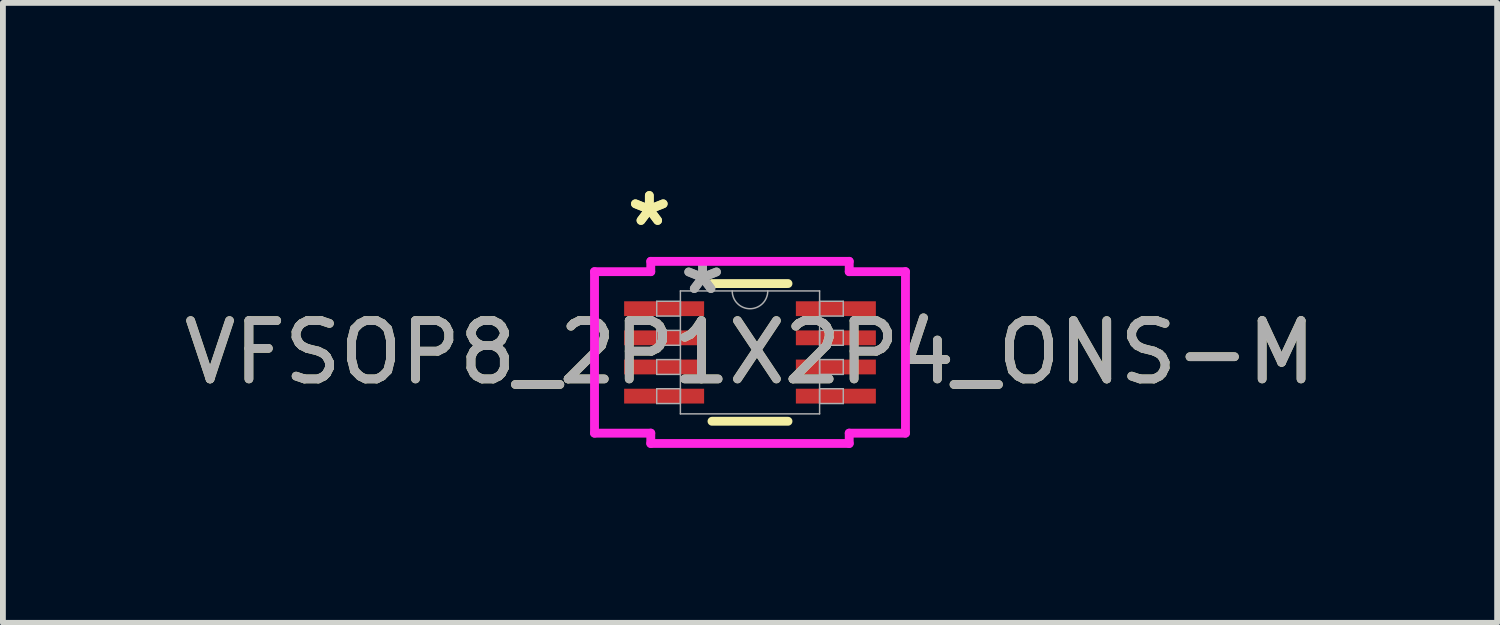
<source format=kicad_pcb>
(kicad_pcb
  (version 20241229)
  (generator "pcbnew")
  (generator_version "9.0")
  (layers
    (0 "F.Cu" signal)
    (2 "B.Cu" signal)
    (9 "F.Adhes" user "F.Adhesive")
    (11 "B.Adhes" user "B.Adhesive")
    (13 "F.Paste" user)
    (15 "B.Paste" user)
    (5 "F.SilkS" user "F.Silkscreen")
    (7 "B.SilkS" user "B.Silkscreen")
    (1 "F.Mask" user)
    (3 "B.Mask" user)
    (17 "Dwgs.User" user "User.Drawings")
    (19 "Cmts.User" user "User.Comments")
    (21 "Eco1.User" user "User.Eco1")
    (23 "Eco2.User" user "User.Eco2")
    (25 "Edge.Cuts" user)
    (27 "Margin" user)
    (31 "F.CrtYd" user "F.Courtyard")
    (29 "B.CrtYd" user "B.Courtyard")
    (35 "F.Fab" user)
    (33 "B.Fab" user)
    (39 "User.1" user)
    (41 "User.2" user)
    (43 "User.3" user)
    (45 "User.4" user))
  (footprint "VFSOP8_2P1X2P4_ONS-M"
    (layer "F.Cu")
    (at 9.815 2.995)
    (property "Reference" "VFSOP8_2P1X2P4_ONS-M" (at 0 0 0) (unlocked yes) (layer "F.SilkS") (effects (font (size 1 1) (thickness 0.15))))
    (attr smd)
    (fp_line (start -0.652 1.181) (end 0.652 1.181) (stroke (width 0.152) (type solid)) (layer "F.SilkS"))
    (fp_line (start 0.652 -1.181) (end -0.652 -1.181) (stroke (width 0.152) (type solid)) (layer "F.SilkS"))
    (fp_line (start -2.667 -1.385) (end -1.702 -1.385) (stroke (width 0.152) (type solid)) (layer "F.CrtYd"))
    (fp_line (start -2.667 1.385) (end -2.667 -1.385) (stroke (width 0.152) (type solid)) (layer "F.CrtYd"))
    (fp_line (start -2.667 1.385) (end -1.702 1.385) (stroke (width 0.152) (type solid)) (layer "F.CrtYd"))
    (fp_line (start -1.702 -1.562) (end 1.702 -1.562) (stroke (width 0.152) (type solid)) (layer "F.CrtYd"))
    (fp_line (start -1.702 -1.385) (end -1.702 -1.562) (stroke (width 0.152) (type solid)) (layer "F.CrtYd"))
    (fp_line (start -1.702 1.562) (end -1.702 1.385) (stroke (width 0.152) (type solid)) (layer "F.CrtYd"))
    (fp_line (start 1.702 -1.562) (end 1.702 -1.385) (stroke (width 0.152) (type solid)) (layer "F.CrtYd"))
    (fp_line (start 1.702 1.385) (end 1.702 1.562) (stroke (width 0.152) (type solid)) (layer "F.CrtYd"))
    (fp_line (start 1.702 1.562) (end -1.702 1.562) (stroke (width 0.152) (type solid)) (layer "F.CrtYd"))
    (fp_line (start 2.667 -1.385) (end 1.702 -1.385) (stroke (width 0.152) (type solid)) (layer "F.CrtYd"))
    (fp_line (start 2.667 -1.385) (end 2.667 1.385) (stroke (width 0.152) (type solid)) (layer "F.CrtYd"))
    (fp_line (start 2.667 1.385) (end 1.702 1.385) (stroke (width 0.152) (type solid)) (layer "F.CrtYd"))
    (fp_line (start -1.6 -0.877) (end -1.6 -0.623) (stroke (width 0.025) (type solid)) (layer "F.Fab"))
    (fp_line (start -1.6 -0.623) (end -1.194 -0.623) (stroke (width 0.025) (type solid)) (layer "F.Fab"))
    (fp_line (start -1.6 -0.377) (end -1.6 -0.123) (stroke (width 0.025) (type solid)) (layer "F.Fab"))
    (fp_line (start -1.6 -0.123) (end -1.194 -0.123) (stroke (width 0.025) (type solid)) (layer "F.Fab"))
    (fp_line (start -1.6 0.123) (end -1.6 0.377) (stroke (width 0.025) (type solid)) (layer "F.Fab"))
    (fp_line (start -1.6 0.377) (end -1.194 0.377) (stroke (width 0.025) (type solid)) (layer "F.Fab"))
    (fp_line (start -1.6 0.623) (end -1.6 0.877) (stroke (width 0.025) (type solid)) (layer "F.Fab"))
    (fp_line (start -1.6 0.877) (end -1.194 0.877) (stroke (width 0.025) (type solid)) (layer "F.Fab"))
    (fp_line (start -1.194 -1.054) (end -1.194 1.054) (stroke (width 0.025) (type solid)) (layer "F.Fab"))
    (fp_line (start -1.194 -0.877) (end -1.6 -0.877) (stroke (width 0.025) (type solid)) (layer "F.Fab"))
    (fp_line (start -1.194 -0.623) (end -1.194 -0.877) (stroke (width 0.025) (type solid)) (layer "F.Fab"))
    (fp_line (start -1.194 -0.377) (end -1.6 -0.377) (stroke (width 0.025) (type solid)) (layer "F.Fab"))
    (fp_line (start -1.194 -0.123) (end -1.194 -0.377) (stroke (width 0.025) (type solid)) (layer "F.Fab"))
    (fp_line (start -1.194 0.123) (end -1.6 0.123) (stroke (width 0.025) (type solid)) (layer "F.Fab"))
    (fp_line (start -1.194 0.377) (end -1.194 0.123) (stroke (width 0.025) (type solid)) (layer "F.Fab"))
    (fp_line (start -1.194 0.623) (end -1.6 0.623) (stroke (width 0.025) (type solid)) (layer "F.Fab"))
    (fp_line (start -1.194 0.877) (end -1.194 0.623) (stroke (width 0.025) (type solid)) (layer "F.Fab"))
    (fp_line (start -1.194 1.054) (end 1.194 1.054) (stroke (width 0.025) (type solid)) (layer "F.Fab"))
    (fp_line (start 1.194 -1.054) (end -1.194 -1.054) (stroke (width 0.025) (type solid)) (layer "F.Fab"))
    (fp_line (start 1.194 -0.877) (end 1.194 -0.623) (stroke (width 0.025) (type solid)) (layer "F.Fab"))
    (fp_line (start 1.194 -0.623) (end 1.6 -0.623) (stroke (width 0.025) (type solid)) (layer "F.Fab"))
    (fp_line (start 1.194 -0.377) (end 1.194 -0.123) (stroke (width 0.025) (type solid)) (layer "F.Fab"))
    (fp_line (start 1.194 -0.123) (end 1.6 -0.123) (stroke (width 0.025) (type solid)) (layer "F.Fab"))
    (fp_line (start 1.194 0.123) (end 1.194 0.377) (stroke (width 0.025) (type solid)) (layer "F.Fab"))
    (fp_line (start 1.194 0.377) (end 1.6 0.377) (stroke (width 0.025) (type solid)) (layer "F.Fab"))
    (fp_line (start 1.194 0.623) (end 1.194 0.877) (stroke (width 0.025) (type solid)) (layer "F.Fab"))
    (fp_line (start 1.194 0.877) (end 1.6 0.877) (stroke (width 0.025) (type solid)) (layer "F.Fab"))
    (fp_line (start 1.194 1.054) (end 1.194 -1.054) (stroke (width 0.025) (type solid)) (layer "F.Fab"))
    (fp_line (start 1.6 -0.877) (end 1.194 -0.877) (stroke (width 0.025) (type solid)) (layer "F.Fab"))
    (fp_line (start 1.6 -0.623) (end 1.6 -0.877) (stroke (width 0.025) (type solid)) (layer "F.Fab"))
    (fp_line (start 1.6 -0.377) (end 1.194 -0.377) (stroke (width 0.025) (type solid)) (layer "F.Fab"))
    (fp_line (start 1.6 -0.123) (end 1.6 -0.377) (stroke (width 0.025) (type solid)) (layer "F.Fab"))
    (fp_line (start 1.6 0.123) (end 1.194 0.123) (stroke (width 0.025) (type solid)) (layer "F.Fab"))
    (fp_line (start 1.6 0.377) (end 1.6 0.123) (stroke (width 0.025) (type solid)) (layer "F.Fab"))
    (fp_line (start 1.6 0.623) (end 1.194 0.623) (stroke (width 0.025) (type solid)) (layer "F.Fab"))
    (fp_line (start 1.6 0.877) (end 1.6 0.623) (stroke (width 0.025) (type solid)) (layer "F.Fab"))
    (fp_arc (start 0.3048 -1.0541) (mid 0 -0.7493) (end -0.3048 -1.0541) (stroke (width 0.0254) (type solid)) (layer "F.Fab"))
    (fp_text user "*" (at -1.727 -2.147 0) (unlocked yes) (layer "F.SilkS") (effects (font (size 1 1) (thickness 0.15))))
    (fp_text user "*" (at -1.727 -2.147 0) (layer "F.SilkS") (effects (font (size 1 1) (thickness 0.15))))
    (fp_text user "${REFERENCE}" (at 0 0 0) (unlocked yes) (layer "F.Fab") (effects (font (size 1 1) (thickness 0.15))))
    (fp_text user "*" (at -0.813 -0.978 0) (unlocked yes) (layer "F.Fab") (effects (font (size 1 1) (thickness 0.15))))
    (fp_text user "*" (at -0.813 -0.978 0) (layer "F.Fab") (effects (font (size 1 1) (thickness 0.15))))
    (pad "1" smd rect (at -1.473 -0.75) (size 1.372 0.254) (layers "F.Cu" "F.Mask" "F.Paste"))
    (pad "2" smd rect (at -1.473 -0.25) (size 1.372 0.254) (layers "F.Cu" "F.Mask" "F.Paste"))
    (pad "3" smd rect (at -1.473 0.25) (size 1.372 0.254) (layers "F.Cu" "F.Mask" "F.Paste"))
    (pad "4" smd rect (at -1.473 0.75) (size 1.372 0.254) (layers "F.Cu" "F.Mask" "F.Paste"))
    (pad "5" smd rect (at 1.473 0.75) (size 1.372 0.254) (layers "F.Cu" "F.Mask" "F.Paste"))
    (pad "6" smd rect (at 1.473 0.25) (size 1.372 0.254) (layers "F.Cu" "F.Mask" "F.Paste"))
    (pad "7" smd rect (at 1.473 -0.25) (size 1.372 0.254) (layers "F.Cu" "F.Mask" "F.Paste"))
    (pad "8" smd rect (at 1.473 -0.75) (size 1.372 0.254) (layers "F.Cu" "F.Mask" "F.Paste")))
  (gr_rect
    (start -3 -3)
    (end 22.631 7.634)
    (stroke (width 0.1) (type default))
    (fill no)
    (layer "Edge.Cuts")))
</source>
